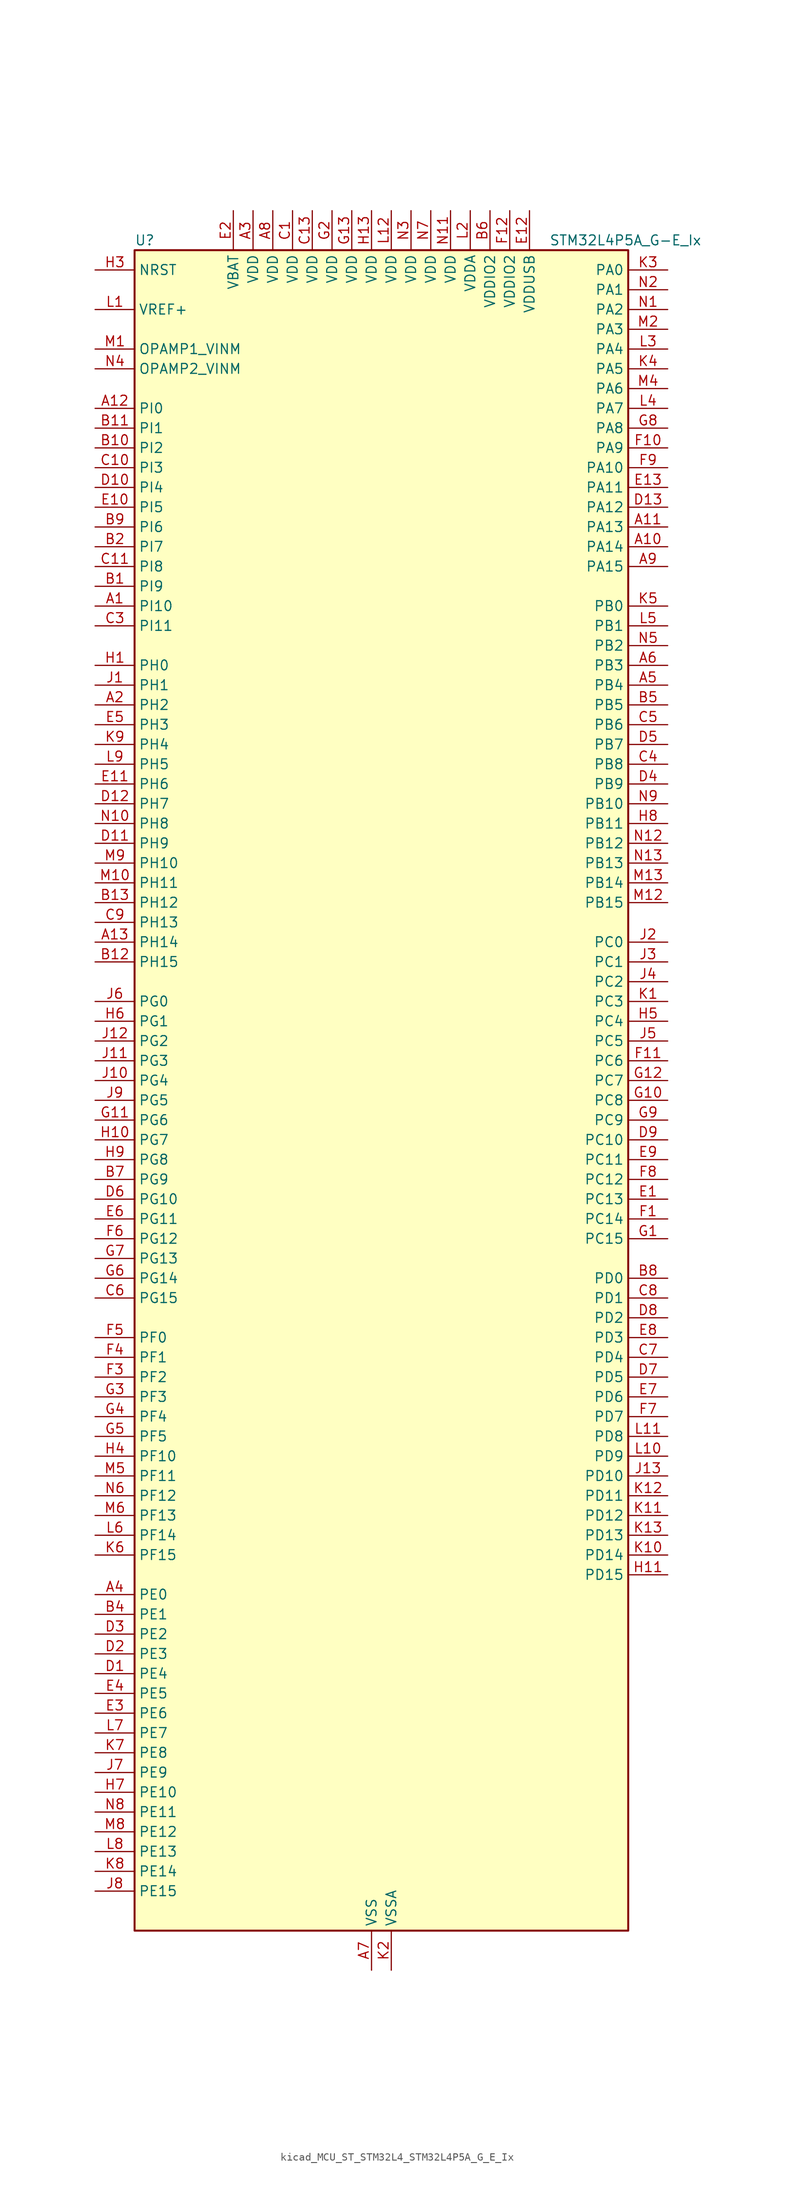
<source format=kicad_sym>
(kicad_symbol_lib
  (version 20220914)
  (generator kicad_symbol_editor)
  (symbol "kicad_MCU_ST_STM32L4_STM32L4P5A_G_E_Ix"
    (property "Reference" "U"
      (at -30.48 110.49 0)
      (effects (font (size 1.27 1.27)) (justify left)))
    (property "Value" "STM32L4P5A_G-E_Ix"
      (at 22.86 110.49 0)
      (effects (font (size 1.27 1.27)) (justify left)))
    (property "ki_locked" ""
      (at 0 0 0)
      (effects (font (size 1.27 1.27))))
    (symbol "kicad_MCU_ST_STM32L4_STM32L4P5A_G_E_Ix_0_1"
      (rectangle (start -30.48 -106.68) (end 33.02 109.22) (stroke (width 0.254) (type default)) (fill (type background))))
    (symbol "kicad_MCU_ST_STM32L4_STM32L4P5A_G_E_Ix_1_1"
      (pin bidirectional line (at -35.56 63.5 0) (length 5.08) (name "PI10" (effects (font (size 1.27 1.27)))) (number "A1" (effects (font (size 1.27 1.27)))) (alternate "OCTOSPIM_P2_IO1" bidirectional line) (alternate "PSSI_D14" bidirectional line))
      (pin bidirectional line (at 38.1 71.12 180) (length 5.08) (name "PA14" (effects (font (size 1.27 1.27)))) (number "A10" (effects (font (size 1.27 1.27)))) (alternate "I2C1_SMBA" bidirectional line) (alternate "I2C4_SMBA" bidirectional line) (alternate "LPTIM1_OUT" bidirectional line) (alternate "SAI1_FS_B" bidirectional line) (alternate "SYS_JTCK-SWCLK" bidirectional line) (alternate "USB_OTG_FS_SOF" bidirectional line))
      (pin bidirectional line (at 38.1 73.66 180) (length 5.08) (name "PA13" (effects (font (size 1.27 1.27)))) (number "A11" (effects (font (size 1.27 1.27)))) (alternate "IR_OUT" bidirectional line) (alternate "SAI1_SD_B" bidirectional line) (alternate "SYS_JTMS-SWDIO" bidirectional line) (alternate "USB_OTG_FS_NOE" bidirectional line))
      (pin bidirectional line (at -35.56 88.9 0) (length 5.08) (name "PI0" (effects (font (size 1.27 1.27)))) (number "A12" (effects (font (size 1.27 1.27)))) (alternate "DCMI_D13" bidirectional line) (alternate "OCTOSPIM_P1_IO5" bidirectional line) (alternate "PSSI_D13" bidirectional line) (alternate "SPI2_NSS" bidirectional line) (alternate "TIM5_CH4" bidirectional line))
      (pin bidirectional line (at -35.56 20.32 0) (length 5.08) (name "PH14" (effects (font (size 1.27 1.27)))) (number "A13" (effects (font (size 1.27 1.27)))) (alternate "DCMI_D4" bidirectional line) (alternate "PSSI_D4" bidirectional line) (alternate "TIM8_CH2N" bidirectional line))
      (pin bidirectional line (at -35.56 50.8 0) (length 5.08) (name "PH2" (effects (font (size 1.27 1.27)))) (number "A2" (effects (font (size 1.27 1.27)))) (alternate "OCTOSPIM_P1_IO4" bidirectional line))
      (pin power_in line (at -15.24 114.3 270) (length 5.08) (name "VDD" (effects (font (size 1.27 1.27)))) (number "A3" (effects (font (size 1.27 1.27)))))
      (pin bidirectional line (at -35.56 -63.5 0) (length 5.08) (name "PE0" (effects (font (size 1.27 1.27)))) (number "A4" (effects (font (size 1.27 1.27)))) (alternate "DCMI_D2" bidirectional line) (alternate "FMC_NBL0" bidirectional line) (alternate "LTDC_HSYNC" bidirectional line) (alternate "PSSI_D2" bidirectional line) (alternate "TIM16_CH1" bidirectional line) (alternate "TIM4_ETR" bidirectional line))
      (pin bidirectional line (at 38.1 53.34 180) (length 5.08) (name "PB4" (effects (font (size 1.27 1.27)))) (number "A5" (effects (font (size 1.27 1.27)))) (alternate "COMP2_INP" bidirectional line) (alternate "DCMI_D12" bidirectional line) (alternate "I2C3_SDA" bidirectional line) (alternate "OCTOSPIM_P1_IO5" bidirectional line) (alternate "PSSI_D12" bidirectional line) (alternate "SAI1_MCLK_B" bidirectional line) (alternate "SDMMC2_D3" bidirectional line) (alternate "SPI1_MISO" bidirectional line) (alternate "SPI3_MISO" bidirectional line) (alternate "SYS_JTRST" bidirectional line) (alternate "TIM17_BKIN" bidirectional line) (alternate "TIM3_CH1" bidirectional line) (alternate "TSC_G2_IO1" bidirectional line) (alternate "UART5_DE" bidirectional line) (alternate "UART5_RTS" bidirectional line) (alternate "USART1_CTS" bidirectional line) (alternate "USART1_NSS" bidirectional line))
      (pin bidirectional line (at 38.1 55.88 180) (length 5.08) (name "PB3" (effects (font (size 1.27 1.27)))) (number "A6" (effects (font (size 1.27 1.27)))) (alternate "COMP2_INM" bidirectional line) (alternate "CRS_SYNC" bidirectional line) (alternate "OCTOSPIM_P1_IO4" bidirectional line) (alternate "SAI1_SCK_B" bidirectional line) (alternate "SDMMC2_D2" bidirectional line) (alternate "SPI1_SCK" bidirectional line) (alternate "SPI3_SCK" bidirectional line) (alternate "SYS_JTDO-SWO" bidirectional line) (alternate "TIM2_CH2" bidirectional line) (alternate "USART1_DE" bidirectional line) (alternate "USART1_RTS" bidirectional line))
      (pin power_in line (at 0 -111.76 90) (length 5.08) (name "VSS" (effects (font (size 1.27 1.27)))) (number "A7" (effects (font (size 1.27 1.27)))))
      (pin power_in line (at -12.7 114.3 270) (length 5.08) (name "VDD" (effects (font (size 1.27 1.27)))) (number "A8" (effects (font (size 1.27 1.27)))))
      (pin bidirectional line (at 38.1 68.58 180) (length 5.08) (name "PA15" (effects (font (size 1.27 1.27)))) (number "A9" (effects (font (size 1.27 1.27)))) (alternate "ADC1_EXTI15" bidirectional line) (alternate "ADC2_EXTI15" bidirectional line) (alternate "LTDC_HSYNC" bidirectional line) (alternate "SAI2_FS_B" bidirectional line) (alternate "SPI1_NSS" bidirectional line) (alternate "SPI3_NSS" bidirectional line) (alternate "SYS_JTDI" bidirectional line) (alternate "TIM2_CH1" bidirectional line) (alternate "TIM2_ETR" bidirectional line) (alternate "TSC_G3_IO1" bidirectional line) (alternate "UART4_DE" bidirectional line) (alternate "UART4_RTS" bidirectional line) (alternate "USART2_RX" bidirectional line) (alternate "USART3_DE" bidirectional line) (alternate "USART3_RTS" bidirectional line))
      (pin bidirectional line (at -35.56 66.04 0) (length 5.08) (name "PI9" (effects (font (size 1.27 1.27)))) (number "B1" (effects (font (size 1.27 1.27)))) (alternate "CAN1_RX" bidirectional line) (alternate "DAC1_EXTI9" bidirectional line) (alternate "OCTOSPIM_P2_IO2" bidirectional line))
      (pin bidirectional line (at -35.56 83.82 0) (length 5.08) (name "PI2" (effects (font (size 1.27 1.27)))) (number "B10" (effects (font (size 1.27 1.27)))) (alternate "DCMI_D9" bidirectional line) (alternate "PSSI_D9" bidirectional line) (alternate "SPI2_MISO" bidirectional line) (alternate "TIM8_CH4" bidirectional line))
      (pin bidirectional line (at -35.56 86.36 0) (length 5.08) (name "PI1" (effects (font (size 1.27 1.27)))) (number "B11" (effects (font (size 1.27 1.27)))) (alternate "DCMI_D8" bidirectional line) (alternate "PSSI_D8" bidirectional line) (alternate "SPI2_SCK" bidirectional line))
      (pin bidirectional line (at -35.56 17.78 0) (length 5.08) (name "PH15" (effects (font (size 1.27 1.27)))) (number "B12" (effects (font (size 1.27 1.27)))) (alternate "ADC1_EXTI15" bidirectional line) (alternate "ADC2_EXTI15" bidirectional line) (alternate "DCMI_D11" bidirectional line) (alternate "OCTOSPIM_P2_IO6" bidirectional line) (alternate "PSSI_D11" bidirectional line) (alternate "TIM8_CH3N" bidirectional line))
      (pin bidirectional line (at -35.56 25.4 0) (length 5.08) (name "PH12" (effects (font (size 1.27 1.27)))) (number "B13" (effects (font (size 1.27 1.27)))) (alternate "DCMI_D3" bidirectional line) (alternate "OCTOSPIM_P2_IO7" bidirectional line) (alternate "PSSI_D3" bidirectional line) (alternate "TIM5_CH3" bidirectional line))
      (pin bidirectional line (at -35.56 71.12 0) (length 5.08) (name "PI7" (effects (font (size 1.27 1.27)))) (number "B2" (effects (font (size 1.27 1.27)))) (alternate "DCMI_D7" bidirectional line) (alternate "OCTOSPIM_P2_NCLK" bidirectional line) (alternate "PSSI_D7" bidirectional line) (alternate "TIM8_CH3" bidirectional line))
      (pin passive line (at 0 -111.76 90) (length 5.08) hide (name "VSS" (effects (font (size 1.27 1.27)))) (number "B3" (effects (font (size 1.27 1.27)))))
      (pin bidirectional line (at -35.56 -66.04 0) (length 5.08) (name "PE1" (effects (font (size 1.27 1.27)))) (number "B4" (effects (font (size 1.27 1.27)))) (alternate "DCMI_D3" bidirectional line) (alternate "FMC_NBL1" bidirectional line) (alternate "LTDC_VSYNC" bidirectional line) (alternate "PSSI_D3" bidirectional line) (alternate "TIM17_CH1" bidirectional line))
      (pin bidirectional line (at 38.1 50.8 180) (length 5.08) (name "PB5" (effects (font (size 1.27 1.27)))) (number "B5" (effects (font (size 1.27 1.27)))) (alternate "COMP2_OUT" bidirectional line) (alternate "DCMI_D10" bidirectional line) (alternate "I2C1_SMBA" bidirectional line) (alternate "LPTIM1_IN1" bidirectional line) (alternate "OCTOSPIM_P1_IO0" bidirectional line) (alternate "PSSI_D10" bidirectional line) (alternate "SAI1_SD_B" bidirectional line) (alternate "SPI1_MOSI" bidirectional line) (alternate "SPI3_MOSI" bidirectional line) (alternate "TIM16_BKIN" bidirectional line) (alternate "TIM3_CH2" bidirectional line) (alternate "TSC_G2_IO2" bidirectional line) (alternate "UART5_CTS" bidirectional line) (alternate "USART1_CK" bidirectional line))
      (pin power_in line (at 15.24 114.3 270) (length 5.08) (name "VDDIO2" (effects (font (size 1.27 1.27)))) (number "B6" (effects (font (size 1.27 1.27)))))
      (pin bidirectional line (at -35.56 -10.16 0) (length 5.08) (name "PG9" (effects (font (size 1.27 1.27)))) (number "B7" (effects (font (size 1.27 1.27)))) (alternate "DAC1_EXTI9" bidirectional line) (alternate "FMC_NCE" bidirectional line) (alternate "FMC_NE2" bidirectional line) (alternate "OCTOSPIM_P2_IO6" bidirectional line) (alternate "SAI2_SCK_A" bidirectional line) (alternate "SDMMC2_D0" bidirectional line) (alternate "SPI3_SCK" bidirectional line) (alternate "TIM15_CH1N" bidirectional line) (alternate "USART1_TX" bidirectional line))
      (pin bidirectional line (at 38.1 -22.86 180) (length 5.08) (name "PD0" (effects (font (size 1.27 1.27)))) (number "B8" (effects (font (size 1.27 1.27)))) (alternate "CAN1_RX" bidirectional line) (alternate "FMC_D2" bidirectional line) (alternate "FMC_DA2" bidirectional line) (alternate "LTDC_B4" bidirectional line) (alternate "SPI2_NSS" bidirectional line))
      (pin bidirectional line (at -35.56 73.66 0) (length 5.08) (name "PI6" (effects (font (size 1.27 1.27)))) (number "B9" (effects (font (size 1.27 1.27)))) (alternate "DCMI_D6" bidirectional line) (alternate "OCTOSPIM_P2_CLK" bidirectional line) (alternate "PSSI_D6" bidirectional line) (alternate "TIM8_CH2" bidirectional line))
      (pin power_in line (at -10.16 114.3 270) (length 5.08) (name "VDD" (effects (font (size 1.27 1.27)))) (number "C1" (effects (font (size 1.27 1.27)))))
      (pin bidirectional line (at -35.56 81.28 0) (length 5.08) (name "PI3" (effects (font (size 1.27 1.27)))) (number "C10" (effects (font (size 1.27 1.27)))) (alternate "DCMI_D10" bidirectional line) (alternate "PSSI_D10" bidirectional line) (alternate "SPI2_MOSI" bidirectional line) (alternate "TIM8_ETR" bidirectional line))
      (pin bidirectional line (at -35.56 68.58 0) (length 5.08) (name "PI8" (effects (font (size 1.27 1.27)))) (number "C11" (effects (font (size 1.27 1.27)))) (alternate "DCMI_D12" bidirectional line) (alternate "OCTOSPIM_P2_NCS" bidirectional line) (alternate "PSSI_D12" bidirectional line))
      (pin passive line (at 0 -111.76 90) (length 5.08) hide (name "VSS" (effects (font (size 1.27 1.27)))) (number "C12" (effects (font (size 1.27 1.27)))))
      (pin power_in line (at -7.62 114.3 270) (length 5.08) (name "VDD" (effects (font (size 1.27 1.27)))) (number "C13" (effects (font (size 1.27 1.27)))))
      (pin passive line (at 0 -111.76 90) (length 5.08) hide (name "VSS" (effects (font (size 1.27 1.27)))) (number "C2" (effects (font (size 1.27 1.27)))))
      (pin bidirectional line (at -35.56 60.96 0) (length 5.08) (name "PI11" (effects (font (size 1.27 1.27)))) (number "C3" (effects (font (size 1.27 1.27)))) (alternate "ADC1_EXTI11" bidirectional line) (alternate "ADC2_EXTI11" bidirectional line) (alternate "OCTOSPIM_P2_IO0" bidirectional line) (alternate "PSSI_D15" bidirectional line))
      (pin bidirectional line (at 38.1 43.18 180) (length 5.08) (name "PB8" (effects (font (size 1.27 1.27)))) (number "C4" (effects (font (size 1.27 1.27)))) (alternate "CAN1_RX" bidirectional line) (alternate "DCMI_D6" bidirectional line) (alternate "DFSDM1_CKOUT" bidirectional line) (alternate "I2C1_SCL" bidirectional line) (alternate "LTDC_DE" bidirectional line) (alternate "PSSI_D6" bidirectional line) (alternate "SAI1_CK1" bidirectional line) (alternate "SAI1_MCLK_A" bidirectional line) (alternate "SDMMC1_CKIN" bidirectional line) (alternate "SDMMC1_D4" bidirectional line) (alternate "SDMMC2_D4" bidirectional line) (alternate "TIM16_CH1" bidirectional line) (alternate "TIM4_CH3" bidirectional line))
      (pin bidirectional line (at 38.1 48.26 180) (length 5.08) (name "PB6" (effects (font (size 1.27 1.27)))) (number "C5" (effects (font (size 1.27 1.27)))) (alternate "COMP2_INP" bidirectional line) (alternate "DCMI_D5" bidirectional line) (alternate "I2C1_SCL" bidirectional line) (alternate "I2C4_SCL" bidirectional line) (alternate "LPTIM1_ETR" bidirectional line) (alternate "LTDC_R6" bidirectional line) (alternate "PSSI_D5" bidirectional line) (alternate "SAI1_FS_B" bidirectional line) (alternate "TIM16_CH1N" bidirectional line) (alternate "TIM4_CH1" bidirectional line) (alternate "TIM8_BKIN2" bidirectional line) (alternate "TSC_G2_IO3" bidirectional line) (alternate "USART1_TX" bidirectional line))
      (pin bidirectional line (at -35.56 -25.4 0) (length 5.08) (name "PG15" (effects (font (size 1.27 1.27)))) (number "C6" (effects (font (size 1.27 1.27)))) (alternate "ADC1_EXTI15" bidirectional line) (alternate "ADC2_EXTI15" bidirectional line) (alternate "DCMI_D13" bidirectional line) (alternate "I2C1_SMBA" bidirectional line) (alternate "LPTIM1_OUT" bidirectional line) (alternate "OCTOSPIM_P2_DQS" bidirectional line) (alternate "PSSI_D13" bidirectional line))
      (pin bidirectional line (at 38.1 -33.02 180) (length 5.08) (name "PD4" (effects (font (size 1.27 1.27)))) (number "C7" (effects (font (size 1.27 1.27)))) (alternate "DFSDM1_CKIN0" bidirectional line) (alternate "FMC_NOE" bidirectional line) (alternate "OCTOSPIM_P1_IO4" bidirectional line) (alternate "SDMMC2_CKIN" bidirectional line) (alternate "SPI2_MOSI" bidirectional line) (alternate "USART2_DE" bidirectional line) (alternate "USART2_RTS" bidirectional line))
      (pin bidirectional line (at 38.1 -25.4 180) (length 5.08) (name "PD1" (effects (font (size 1.27 1.27)))) (number "C8" (effects (font (size 1.27 1.27)))) (alternate "CAN1_TX" bidirectional line) (alternate "FMC_D3" bidirectional line) (alternate "FMC_DA3" bidirectional line) (alternate "LTDC_B5" bidirectional line) (alternate "SPI2_SCK" bidirectional line))
      (pin bidirectional line (at -35.56 22.86 0) (length 5.08) (name "PH13" (effects (font (size 1.27 1.27)))) (number "C9" (effects (font (size 1.27 1.27)))) (alternate "CAN1_TX" bidirectional line) (alternate "TIM8_CH1N" bidirectional line))
      (pin bidirectional line (at -35.56 -73.66 0) (length 5.08) (name "PE4" (effects (font (size 1.27 1.27)))) (number "D1" (effects (font (size 1.27 1.27)))) (alternate "DCMI_D4" bidirectional line) (alternate "DFSDM1_DATIN3" bidirectional line) (alternate "FMC_A20" bidirectional line) (alternate "LTDC_B7" bidirectional line) (alternate "PSSI_D4" bidirectional line) (alternate "SAI1_D2" bidirectional line) (alternate "SAI1_FS_A" bidirectional line) (alternate "SYS_TRACED1" bidirectional line) (alternate "TIM3_CH2" bidirectional line) (alternate "TSC_G7_IO3" bidirectional line))
      (pin bidirectional line (at -35.56 78.74 0) (length 5.08) (name "PI4" (effects (font (size 1.27 1.27)))) (number "D10" (effects (font (size 1.27 1.27)))) (alternate "DCMI_D5" bidirectional line) (alternate "PSSI_D5" bidirectional line) (alternate "TIM8_BKIN" bidirectional line))
      (pin bidirectional line (at -35.56 33.02 0) (length 5.08) (name "PH9" (effects (font (size 1.27 1.27)))) (number "D11" (effects (font (size 1.27 1.27)))) (alternate "DAC1_EXTI9" bidirectional line) (alternate "DCMI_D0" bidirectional line) (alternate "I2C3_SMBA" bidirectional line) (alternate "OCTOSPIM_P2_IO4" bidirectional line) (alternate "PSSI_D0" bidirectional line))
      (pin bidirectional line (at -35.56 38.1 0) (length 5.08) (name "PH7" (effects (font (size 1.27 1.27)))) (number "D12" (effects (font (size 1.27 1.27)))) (alternate "DCMI_D9" bidirectional line) (alternate "I2C3_SCL" bidirectional line) (alternate "OCTOSPIM_P2_NCLK" bidirectional line) (alternate "PSSI_D9" bidirectional line))
      (pin bidirectional line (at 38.1 76.2 180) (length 5.08) (name "PA12" (effects (font (size 1.27 1.27)))) (number "D13" (effects (font (size 1.27 1.27)))) (alternate "CAN1_TX" bidirectional line) (alternate "LTDC_VSYNC" bidirectional line) (alternate "OCTOSPIM_P2_NCS" bidirectional line) (alternate "SPI1_MOSI" bidirectional line) (alternate "TIM1_ETR" bidirectional line) (alternate "USART1_DE" bidirectional line) (alternate "USART1_RTS" bidirectional line) (alternate "USB_OTG_FS_DP" bidirectional line))
      (pin bidirectional line (at -35.56 -71.12 0) (length 5.08) (name "PE3" (effects (font (size 1.27 1.27)))) (number "D2" (effects (font (size 1.27 1.27)))) (alternate "FMC_A19" bidirectional line) (alternate "LTDC_R6" bidirectional line) (alternate "OCTOSPIM_P1_DQS" bidirectional line) (alternate "SAI1_SD_B" bidirectional line) (alternate "SYS_TRACED0" bidirectional line) (alternate "TIM3_CH1" bidirectional line) (alternate "TSC_G7_IO2" bidirectional line))
      (pin bidirectional line (at -35.56 -68.58 0) (length 5.08) (name "PE2" (effects (font (size 1.27 1.27)))) (number "D3" (effects (font (size 1.27 1.27)))) (alternate "FMC_A23" bidirectional line) (alternate "LTDC_R7" bidirectional line) (alternate "SAI1_CK1" bidirectional line) (alternate "SAI1_MCLK_A" bidirectional line) (alternate "SYS_TRACECLK" bidirectional line) (alternate "TIM3_ETR" bidirectional line) (alternate "TSC_G7_IO1" bidirectional line))
      (pin bidirectional line (at 38.1 40.64 180) (length 5.08) (name "PB9" (effects (font (size 1.27 1.27)))) (number "D4" (effects (font (size 1.27 1.27)))) (alternate "CAN1_TX" bidirectional line) (alternate "DAC1_EXTI9" bidirectional line) (alternate "DCMI_D7" bidirectional line) (alternate "I2C1_SDA" bidirectional line) (alternate "IR_OUT" bidirectional line) (alternate "PSSI_D7" bidirectional line) (alternate "SAI1_D2" bidirectional line) (alternate "SAI1_FS_A" bidirectional line) (alternate "SDMMC1_CDIR" bidirectional line) (alternate "SDMMC1_D5" bidirectional line) (alternate "SDMMC2_D5" bidirectional line) (alternate "SPI2_NSS" bidirectional line) (alternate "TIM17_CH1" bidirectional line) (alternate "TIM4_CH4" bidirectional line))
      (pin bidirectional line (at 38.1 45.72 180) (length 5.08) (name "PB7" (effects (font (size 1.27 1.27)))) (number "D5" (effects (font (size 1.27 1.27)))) (alternate "COMP2_INM" bidirectional line) (alternate "DCMI_VSYNC" bidirectional line) (alternate "FMC_NL" bidirectional line) (alternate "I2C1_SDA" bidirectional line) (alternate "I2C4_SDA" bidirectional line) (alternate "LPTIM1_IN2" bidirectional line) (alternate "LTDC_VSYNC" bidirectional line) (alternate "PSSI_RDY" bidirectional line) (alternate "SYS_PVD_IN" bidirectional line) (alternate "TIM17_CH1N" bidirectional line) (alternate "TIM4_CH2" bidirectional line) (alternate "TIM8_BKIN" bidirectional line) (alternate "TSC_G2_IO4" bidirectional line) (alternate "UART4_CTS" bidirectional line) (alternate "USART1_RX" bidirectional line))
      (pin bidirectional line (at -35.56 -12.7 0) (length 5.08) (name "PG10" (effects (font (size 1.27 1.27)))) (number "D6" (effects (font (size 1.27 1.27)))) (alternate "FMC_NE3" bidirectional line) (alternate "LPTIM1_IN1" bidirectional line) (alternate "OCTOSPIM_P2_IO7" bidirectional line) (alternate "SAI2_FS_A" bidirectional line) (alternate "SDMMC2_D1" bidirectional line) (alternate "SPI3_MISO" bidirectional line) (alternate "TIM15_CH1" bidirectional line) (alternate "USART1_RX" bidirectional line))
      (pin bidirectional line (at 38.1 -35.56 180) (length 5.08) (name "PD5" (effects (font (size 1.27 1.27)))) (number "D7" (effects (font (size 1.27 1.27)))) (alternate "FMC_NWE" bidirectional line) (alternate "OCTOSPIM_P1_IO5" bidirectional line) (alternate "USART2_TX" bidirectional line))
      (pin bidirectional line (at 38.1 -27.94 180) (length 5.08) (name "PD2" (effects (font (size 1.27 1.27)))) (number "D8" (effects (font (size 1.27 1.27)))) (alternate "DCMI_D11" bidirectional line) (alternate "PSSI_D11" bidirectional line) (alternate "SDMMC1_CMD" bidirectional line) (alternate "SYS_TRACED2" bidirectional line) (alternate "TIM3_ETR" bidirectional line) (alternate "TSC_SYNC" bidirectional line) (alternate "UART5_RX" bidirectional line) (alternate "USART3_DE" bidirectional line) (alternate "USART3_RTS" bidirectional line))
      (pin bidirectional line (at 38.1 -5.08 180) (length 5.08) (name "PC10" (effects (font (size 1.27 1.27)))) (number "D9" (effects (font (size 1.27 1.27)))) (alternate "DCMI_D8" bidirectional line) (alternate "DCMI_VSYNC" bidirectional line) (alternate "PSSI_D8" bidirectional line) (alternate "PSSI_RDY" bidirectional line) (alternate "SAI2_SCK_B" bidirectional line) (alternate "SDMMC1_D2" bidirectional line) (alternate "SPI3_SCK" bidirectional line) (alternate "SYS_TRACED1" bidirectional line) (alternate "TSC_G3_IO2" bidirectional line) (alternate "UART4_TX" bidirectional line) (alternate "USART3_TX" bidirectional line))
      (pin bidirectional line (at 38.1 -12.7 180) (length 5.08) (name "PC13" (effects (font (size 1.27 1.27)))) (number "E1" (effects (font (size 1.27 1.27)))) (alternate "RTC_OUT1" bidirectional line) (alternate "RTC_TAMP1" bidirectional line) (alternate "RTC_TS" bidirectional line) (alternate "SYS_WKUP2" bidirectional line))
      (pin bidirectional line (at -35.56 76.2 0) (length 5.08) (name "PI5" (effects (font (size 1.27 1.27)))) (number "E10" (effects (font (size 1.27 1.27)))) (alternate "DCMI_VSYNC" bidirectional line) (alternate "OCTOSPIM_P2_NCS" bidirectional line) (alternate "PSSI_RDY" bidirectional line) (alternate "TIM8_CH1" bidirectional line))
      (pin bidirectional line (at -35.56 40.64 0) (length 5.08) (name "PH6" (effects (font (size 1.27 1.27)))) (number "E11" (effects (font (size 1.27 1.27)))) (alternate "DCMI_D8" bidirectional line) (alternate "I2C2_SMBA" bidirectional line) (alternate "OCTOSPIM_P2_CLK" bidirectional line) (alternate "PSSI_D8" bidirectional line))
      (pin power_in line (at 20.32 114.3 270) (length 5.08) (name "VDDUSB" (effects (font (size 1.27 1.27)))) (number "E12" (effects (font (size 1.27 1.27)))))
      (pin bidirectional line (at 38.1 78.74 180) (length 5.08) (name "PA11" (effects (font (size 1.27 1.27)))) (number "E13" (effects (font (size 1.27 1.27)))) (alternate "ADC1_EXTI11" bidirectional line) (alternate "ADC2_EXTI11" bidirectional line) (alternate "CAN1_RX" bidirectional line) (alternate "LTDC_DE" bidirectional line) (alternate "SPI1_MISO" bidirectional line) (alternate "TIM1_BKIN2" bidirectional line) (alternate "TIM1_CH4" bidirectional line) (alternate "USART1_CTS" bidirectional line) (alternate "USART1_NSS" bidirectional line) (alternate "USB_OTG_FS_DM" bidirectional line))
      (pin power_in line (at -17.78 114.3 270) (length 5.08) (name "VBAT" (effects (font (size 1.27 1.27)))) (number "E2" (effects (font (size 1.27 1.27)))))
      (pin bidirectional line (at -35.56 -78.74 0) (length 5.08) (name "PE6" (effects (font (size 1.27 1.27)))) (number "E3" (effects (font (size 1.27 1.27)))) (alternate "DCMI_D7" bidirectional line) (alternate "FMC_A22" bidirectional line) (alternate "LTDC_G6" bidirectional line) (alternate "PSSI_D7" bidirectional line) (alternate "RTC_TAMP3" bidirectional line) (alternate "SAI1_D1" bidirectional line) (alternate "SAI1_SD_A" bidirectional line) (alternate "SYS_TRACED3" bidirectional line) (alternate "SYS_WKUP3" bidirectional line) (alternate "TIM3_CH4" bidirectional line))
      (pin bidirectional line (at -35.56 -76.2 0) (length 5.08) (name "PE5" (effects (font (size 1.27 1.27)))) (number "E4" (effects (font (size 1.27 1.27)))) (alternate "DCMI_D6" bidirectional line) (alternate "DFSDM1_CKIN3" bidirectional line) (alternate "FMC_A21" bidirectional line) (alternate "LTDC_G7" bidirectional line) (alternate "PSSI_D6" bidirectional line) (alternate "SAI1_CK2" bidirectional line) (alternate "SAI1_SCK_A" bidirectional line) (alternate "SYS_TRACED2" bidirectional line) (alternate "TIM3_CH3" bidirectional line) (alternate "TSC_G7_IO4" bidirectional line))
      (pin bidirectional line (at -35.56 48.26 0) (length 5.08) (name "PH3" (effects (font (size 1.27 1.27)))) (number "E5" (effects (font (size 1.27 1.27)))))
      (pin bidirectional line (at -35.56 -15.24 0) (length 5.08) (name "PG11" (effects (font (size 1.27 1.27)))) (number "E6" (effects (font (size 1.27 1.27)))) (alternate "ADC1_EXTI11" bidirectional line) (alternate "ADC2_EXTI11" bidirectional line) (alternate "LPTIM1_IN2" bidirectional line) (alternate "OCTOSPIM_P1_IO5" bidirectional line) (alternate "SAI2_MCLK_A" bidirectional line) (alternate "SDMMC2_D2" bidirectional line) (alternate "SPI3_MOSI" bidirectional line) (alternate "TIM15_CH2" bidirectional line) (alternate "USART1_CTS" bidirectional line) (alternate "USART1_NSS" bidirectional line))
      (pin bidirectional line (at 38.1 -38.1 180) (length 5.08) (name "PD6" (effects (font (size 1.27 1.27)))) (number "E7" (effects (font (size 1.27 1.27)))) (alternate "DCMI_D10" bidirectional line) (alternate "DFSDM1_DATIN1" bidirectional line) (alternate "FMC_NWAIT" bidirectional line) (alternate "LTDC_DE" bidirectional line) (alternate "OCTOSPIM_P1_IO6" bidirectional line) (alternate "PSSI_D10" bidirectional line) (alternate "SAI1_D1" bidirectional line) (alternate "SAI1_SD_A" bidirectional line) (alternate "SDMMC2_CK" bidirectional line) (alternate "SPI3_MOSI" bidirectional line) (alternate "USART2_RX" bidirectional line))
      (pin bidirectional line (at 38.1 -30.48 180) (length 5.08) (name "PD3" (effects (font (size 1.27 1.27)))) (number "E8" (effects (font (size 1.27 1.27)))) (alternate "DCMI_D5" bidirectional line) (alternate "DFSDM1_DATIN0" bidirectional line) (alternate "FMC_CLK" bidirectional line) (alternate "LTDC_CLK" bidirectional line) (alternate "OCTOSPIM_P2_NCS" bidirectional line) (alternate "PSSI_D5" bidirectional line) (alternate "SPI2_MISO" bidirectional line) (alternate "SPI2_SCK" bidirectional line) (alternate "USART2_CTS" bidirectional line) (alternate "USART2_NSS" bidirectional line))
      (pin bidirectional line (at 38.1 -7.62 180) (length 5.08) (name "PC11" (effects (font (size 1.27 1.27)))) (number "E9" (effects (font (size 1.27 1.27)))) (alternate "ADC1_EXTI11" bidirectional line) (alternate "ADC2_EXTI11" bidirectional line) (alternate "DCMI_D2" bidirectional line) (alternate "DCMI_D4" bidirectional line) (alternate "OCTOSPIM_P1_NCS" bidirectional line) (alternate "PSSI_D2" bidirectional line) (alternate "PSSI_D4" bidirectional line) (alternate "SAI2_MCLK_B" bidirectional line) (alternate "SDMMC1_D3" bidirectional line) (alternate "SPI3_MISO" bidirectional line) (alternate "TSC_G3_IO3" bidirectional line) (alternate "UART4_RX" bidirectional line) (alternate "USART3_RX" bidirectional line))
      (pin bidirectional line (at 38.1 -15.24 180) (length 5.08) (name "PC14" (effects (font (size 1.27 1.27)))) (number "F1" (effects (font (size 1.27 1.27)))) (alternate "RCC_OSC32_IN" bidirectional line))
      (pin bidirectional line (at 38.1 83.82 180) (length 5.08) (name "PA9" (effects (font (size 1.27 1.27)))) (number "F10" (effects (font (size 1.27 1.27)))) (alternate "DAC1_EXTI9" bidirectional line) (alternate "DCMI_D0" bidirectional line) (alternate "LTDC_G7" bidirectional line) (alternate "PSSI_D0" bidirectional line) (alternate "SAI1_FS_A" bidirectional line) (alternate "SPI2_SCK" bidirectional line) (alternate "TIM15_BKIN" bidirectional line) (alternate "TIM1_CH2" bidirectional line) (alternate "USART1_TX" bidirectional line) (alternate "USB_OTG_FS_VBUS" bidirectional line))
      (pin bidirectional line (at 38.1 5.08 180) (length 5.08) (name "PC6" (effects (font (size 1.27 1.27)))) (number "F11" (effects (font (size 1.27 1.27)))) (alternate "DCMI_D0" bidirectional line) (alternate "DFSDM1_CKIN3" bidirectional line) (alternate "LTDC_G7" bidirectional line) (alternate "PSSI_D0" bidirectional line) (alternate "SAI2_MCLK_A" bidirectional line) (alternate "SDMMC1_D0DIR" bidirectional line) (alternate "SDMMC1_D6" bidirectional line) (alternate "SDMMC2_D6" bidirectional line) (alternate "TIM3_CH1" bidirectional line) (alternate "TIM8_CH1" bidirectional line) (alternate "TSC_G4_IO1" bidirectional line))
      (pin power_in line (at 17.78 114.3 270) (length 5.08) (name "VDDIO2" (effects (font (size 1.27 1.27)))) (number "F12" (effects (font (size 1.27 1.27)))))
      (pin passive line (at 0 -111.76 90) (length 5.08) hide (name "VSS" (effects (font (size 1.27 1.27)))) (number "F13" (effects (font (size 1.27 1.27)))))
      (pin passive line (at 0 -111.76 90) (length 5.08) hide (name "VSS" (effects (font (size 1.27 1.27)))) (number "F2" (effects (font (size 1.27 1.27)))))
      (pin bidirectional line (at -35.56 -35.56 0) (length 5.08) (name "PF2" (effects (font (size 1.27 1.27)))) (number "F3" (effects (font (size 1.27 1.27)))) (alternate "FMC_A2" bidirectional line) (alternate "I2C2_SMBA" bidirectional line) (alternate "OCTOSPIM_P2_IO2" bidirectional line))
      (pin bidirectional line (at -35.56 -33.02 0) (length 5.08) (name "PF1" (effects (font (size 1.27 1.27)))) (number "F4" (effects (font (size 1.27 1.27)))) (alternate "FMC_A1" bidirectional line) (alternate "I2C2_SCL" bidirectional line) (alternate "OCTOSPIM_P2_IO1" bidirectional line))
      (pin bidirectional line (at -35.56 -30.48 0) (length 5.08) (name "PF0" (effects (font (size 1.27 1.27)))) (number "F5" (effects (font (size 1.27 1.27)))) (alternate "FMC_A0" bidirectional line) (alternate "I2C2_SDA" bidirectional line) (alternate "OCTOSPIM_P2_IO0" bidirectional line))
      (pin bidirectional line (at -35.56 -17.78 0) (length 5.08) (name "PG12" (effects (font (size 1.27 1.27)))) (number "F6" (effects (font (size 1.27 1.27)))) (alternate "FMC_NE4" bidirectional line) (alternate "LPTIM1_ETR" bidirectional line) (alternate "OCTOSPIM_P2_NCS" bidirectional line) (alternate "SAI2_SD_A" bidirectional line) (alternate "SDMMC2_D3" bidirectional line) (alternate "SPI3_NSS" bidirectional line) (alternate "USART1_DE" bidirectional line) (alternate "USART1_RTS" bidirectional line))
      (pin bidirectional line (at 38.1 -40.64 180) (length 5.08) (name "PD7" (effects (font (size 1.27 1.27)))) (number "F7" (effects (font (size 1.27 1.27)))) (alternate "DFSDM1_CKIN1" bidirectional line) (alternate "FMC_NCE" bidirectional line) (alternate "FMC_NE1" bidirectional line) (alternate "OCTOSPIM_P1_IO7" bidirectional line) (alternate "SDMMC2_CMD" bidirectional line) (alternate "USART2_CK" bidirectional line))
      (pin bidirectional line (at 38.1 -10.16 180) (length 5.08) (name "PC12" (effects (font (size 1.27 1.27)))) (number "F8" (effects (font (size 1.27 1.27)))) (alternate "DCMI_D9" bidirectional line) (alternate "LTDC_R6" bidirectional line) (alternate "PSSI_D9" bidirectional line) (alternate "SAI2_SD_B" bidirectional line) (alternate "SDMMC1_CK" bidirectional line) (alternate "SPI3_MOSI" bidirectional line) (alternate "SYS_TRACED3" bidirectional line) (alternate "TSC_G3_IO4" bidirectional line) (alternate "UART5_TX" bidirectional line) (alternate "USART3_CK" bidirectional line))
      (pin bidirectional line (at 38.1 81.28 180) (length 5.08) (name "PA10" (effects (font (size 1.27 1.27)))) (number "F9" (effects (font (size 1.27 1.27)))) (alternate "DCMI_D1" bidirectional line) (alternate "LTDC_G6" bidirectional line) (alternate "PSSI_D1" bidirectional line) (alternate "SAI1_D1" bidirectional line) (alternate "SAI1_SD_A" bidirectional line) (alternate "TIM17_BKIN" bidirectional line) (alternate "TIM1_CH3" bidirectional line) (alternate "USART1_RX" bidirectional line) (alternate "USB_OTG_FS_ID" bidirectional line))
      (pin bidirectional line (at 38.1 -17.78 180) (length 5.08) (name "PC15" (effects (font (size 1.27 1.27)))) (number "G1" (effects (font (size 1.27 1.27)))) (alternate "ADC1_EXTI15" bidirectional line) (alternate "ADC2_EXTI15" bidirectional line) (alternate "RCC_OSC32_OUT" bidirectional line))
      (pin bidirectional line (at 38.1 0 180) (length 5.08) (name "PC8" (effects (font (size 1.27 1.27)))) (number "G10" (effects (font (size 1.27 1.27)))) (alternate "DCMI_D2" bidirectional line) (alternate "PSSI_D2" bidirectional line) (alternate "SDMMC1_D0" bidirectional line) (alternate "TIM3_CH3" bidirectional line) (alternate "TIM8_CH3" bidirectional line) (alternate "TSC_G4_IO3" bidirectional line))
      (pin bidirectional line (at -35.56 -2.54 0) (length 5.08) (name "PG6" (effects (font (size 1.27 1.27)))) (number "G11" (effects (font (size 1.27 1.27)))) (alternate "I2C3_SMBA" bidirectional line) (alternate "LPUART1_DE" bidirectional line) (alternate "LPUART1_RTS" bidirectional line) (alternate "LTDC_R1" bidirectional line) (alternate "OCTOSPIM_P1_DQS" bidirectional line))
      (pin bidirectional line (at 38.1 2.54 180) (length 5.08) (name "PC7" (effects (font (size 1.27 1.27)))) (number "G12" (effects (font (size 1.27 1.27)))) (alternate "DCMI_D1" bidirectional line) (alternate "DFSDM1_DATIN3" bidirectional line) (alternate "LTDC_B6" bidirectional line) (alternate "PSSI_D1" bidirectional line) (alternate "SAI2_MCLK_B" bidirectional line) (alternate "SDMMC1_D123DIR" bidirectional line) (alternate "SDMMC1_D7" bidirectional line) (alternate "SDMMC2_D7" bidirectional line) (alternate "TIM3_CH2" bidirectional line) (alternate "TIM8_CH2" bidirectional line) (alternate "TSC_G4_IO2" bidirectional line))
      (pin power_in line (at -2.54 114.3 270) (length 5.08) (name "VDD" (effects (font (size 1.27 1.27)))) (number "G13" (effects (font (size 1.27 1.27)))))
      (pin power_in line (at -5.08 114.3 270) (length 5.08) (name "VDD" (effects (font (size 1.27 1.27)))) (number "G2" (effects (font (size 1.27 1.27)))))
      (pin bidirectional line (at -35.56 -38.1 0) (length 5.08) (name "PF3" (effects (font (size 1.27 1.27)))) (number "G3" (effects (font (size 1.27 1.27)))) (alternate "FMC_A3" bidirectional line) (alternate "OCTOSPIM_P2_IO3" bidirectional line))
      (pin bidirectional line (at -35.56 -40.64 0) (length 5.08) (name "PF4" (effects (font (size 1.27 1.27)))) (number "G4" (effects (font (size 1.27 1.27)))) (alternate "FMC_A4" bidirectional line) (alternate "OCTOSPIM_P2_CLK" bidirectional line))
      (pin bidirectional line (at -35.56 -43.18 0) (length 5.08) (name "PF5" (effects (font (size 1.27 1.27)))) (number "G5" (effects (font (size 1.27 1.27)))) (alternate "FMC_A5" bidirectional line) (alternate "OCTOSPIM_P2_NCLK" bidirectional line))
      (pin bidirectional line (at -35.56 -22.86 0) (length 5.08) (name "PG14" (effects (font (size 1.27 1.27)))) (number "G6" (effects (font (size 1.27 1.27)))) (alternate "FMC_A25" bidirectional line) (alternate "I2C1_SCL" bidirectional line) (alternate "LTDC_R1" bidirectional line))
      (pin bidirectional line (at -35.56 -20.32 0) (length 5.08) (name "PG13" (effects (font (size 1.27 1.27)))) (number "G7" (effects (font (size 1.27 1.27)))) (alternate "FMC_A24" bidirectional line) (alternate "I2C1_SDA" bidirectional line) (alternate "LTDC_R0" bidirectional line) (alternate "USART1_CK" bidirectional line))
      (pin bidirectional line (at 38.1 86.36 180) (length 5.08) (name "PA8" (effects (font (size 1.27 1.27)))) (number "G8" (effects (font (size 1.27 1.27)))) (alternate "LPTIM2_OUT" bidirectional line) (alternate "LTDC_B7" bidirectional line) (alternate "RCC_MCO" bidirectional line) (alternate "SAI1_CK2" bidirectional line) (alternate "SAI1_SCK_A" bidirectional line) (alternate "TIM1_CH1" bidirectional line) (alternate "USART1_CK" bidirectional line) (alternate "USB_OTG_FS_SOF" bidirectional line))
      (pin bidirectional line (at 38.1 -2.54 180) (length 5.08) (name "PC9" (effects (font (size 1.27 1.27)))) (number "G9" (effects (font (size 1.27 1.27)))) (alternate "DAC1_EXTI9" bidirectional line) (alternate "DCMI_D3" bidirectional line) (alternate "I2C3_SDA" bidirectional line) (alternate "PSSI_D3" bidirectional line) (alternate "SAI2_EXTCLK" bidirectional line) (alternate "SDMMC1_D1" bidirectional line) (alternate "SYS_TRACED0" bidirectional line) (alternate "TIM3_CH4" bidirectional line) (alternate "TIM8_BKIN2" bidirectional line) (alternate "TIM8_CH4" bidirectional line) (alternate "TSC_G4_IO4" bidirectional line) (alternate "USB_OTG_FS_NOE" bidirectional line))
      (pin bidirectional line (at -35.56 55.88 0) (length 5.08) (name "PH0" (effects (font (size 1.27 1.27)))) (number "H1" (effects (font (size 1.27 1.27)))) (alternate "RCC_OSC_IN" bidirectional line))
      (pin bidirectional line (at -35.56 -5.08 0) (length 5.08) (name "PG7" (effects (font (size 1.27 1.27)))) (number "H10" (effects (font (size 1.27 1.27)))) (alternate "DFSDM1_CKOUT" bidirectional line) (alternate "FMC_INT" bidirectional line) (alternate "I2C3_SCL" bidirectional line) (alternate "LPUART1_TX" bidirectional line) (alternate "OCTOSPIM_P2_DQS" bidirectional line) (alternate "SAI1_CK1" bidirectional line) (alternate "SAI1_MCLK_A" bidirectional line))
      (pin bidirectional line (at 38.1 -60.96 180) (length 5.08) (name "PD15" (effects (font (size 1.27 1.27)))) (number "H11" (effects (font (size 1.27 1.27)))) (alternate "ADC1_EXTI15" bidirectional line) (alternate "ADC2_EXTI15" bidirectional line) (alternate "FMC_D1" bidirectional line) (alternate "FMC_DA1" bidirectional line) (alternate "LTDC_B3" bidirectional line) (alternate "TIM4_CH4" bidirectional line))
      (pin passive line (at 0 -111.76 90) (length 5.08) hide (name "VSS" (effects (font (size 1.27 1.27)))) (number "H12" (effects (font (size 1.27 1.27)))))
      (pin power_in line (at 0 114.3 270) (length 5.08) (name "VDD" (effects (font (size 1.27 1.27)))) (number "H13" (effects (font (size 1.27 1.27)))))
      (pin passive line (at 0 -111.76 90) (length 5.08) hide (name "VSS" (effects (font (size 1.27 1.27)))) (number "H2" (effects (font (size 1.27 1.27)))))
      (pin input line (at -35.56 106.68 0) (length 5.08) (name "NRST" (effects (font (size 1.27 1.27)))) (number "H3" (effects (font (size 1.27 1.27)))))
      (pin bidirectional line (at -35.56 -45.72 0) (length 5.08) (name "PF10" (effects (font (size 1.27 1.27)))) (number "H4" (effects (font (size 1.27 1.27)))) (alternate "DCMI_D11" bidirectional line) (alternate "DFSDM1_CKOUT" bidirectional line) (alternate "OCTOSPIM_P1_CLK" bidirectional line) (alternate "PSSI_D11" bidirectional line) (alternate "PSSI_D15" bidirectional line) (alternate "SAI1_D3" bidirectional line) (alternate "TIM15_CH2" bidirectional line))
      (pin bidirectional line (at 38.1 10.16 180) (length 5.08) (name "PC4" (effects (font (size 1.27 1.27)))) (number "H5" (effects (font (size 1.27 1.27)))) (alternate "ADC1_IN13" bidirectional line) (alternate "ADC2_IN13" bidirectional line) (alternate "COMP1_INM" bidirectional line) (alternate "OCTOSPIM_P1_IO7" bidirectional line) (alternate "OCTOSPIM_P2_NCS" bidirectional line) (alternate "USART3_TX" bidirectional line))
      (pin bidirectional line (at -35.56 10.16 0) (length 5.08) (name "PG1" (effects (font (size 1.27 1.27)))) (number "H6" (effects (font (size 1.27 1.27)))) (alternate "FMC_A11" bidirectional line) (alternate "OCTOSPIM_P2_IO5" bidirectional line) (alternate "TSC_G8_IO4" bidirectional line))
      (pin bidirectional line (at -35.56 -88.9 0) (length 5.08) (name "PE10" (effects (font (size 1.27 1.27)))) (number "H7" (effects (font (size 1.27 1.27)))) (alternate "FMC_D7" bidirectional line) (alternate "FMC_DA7" bidirectional line) (alternate "LTDC_G3" bidirectional line) (alternate "OCTOSPIM_P1_CLK" bidirectional line) (alternate "SAI1_MCLK_B" bidirectional line) (alternate "TIM1_CH2N" bidirectional line) (alternate "TSC_G5_IO1" bidirectional line))
      (pin bidirectional line (at 38.1 35.56 180) (length 5.08) (name "PB11" (effects (font (size 1.27 1.27)))) (number "H8" (effects (font (size 1.27 1.27)))) (alternate "ADC1_EXTI11" bidirectional line) (alternate "ADC2_EXTI11" bidirectional line) (alternate "COMP2_OUT" bidirectional line) (alternate "I2C2_SDA" bidirectional line) (alternate "I2C4_SDA" bidirectional line) (alternate "LPUART1_TX" bidirectional line) (alternate "LTDC_VSYNC" bidirectional line) (alternate "OCTOSPIM_P1_NCS" bidirectional line) (alternate "TIM2_CH4" bidirectional line) (alternate "USART3_RX" bidirectional line))
      (pin bidirectional line (at -35.56 -7.62 0) (length 5.08) (name "PG8" (effects (font (size 1.27 1.27)))) (number "H9" (effects (font (size 1.27 1.27)))) (alternate "I2C3_SDA" bidirectional line) (alternate "LPUART1_RX" bidirectional line))
      (pin bidirectional line (at -35.56 53.34 0) (length 5.08) (name "PH1" (effects (font (size 1.27 1.27)))) (number "J1" (effects (font (size 1.27 1.27)))) (alternate "RCC_OSC_OUT" bidirectional line))
      (pin bidirectional line (at -35.56 2.54 0) (length 5.08) (name "PG4" (effects (font (size 1.27 1.27)))) (number "J10" (effects (font (size 1.27 1.27)))) (alternate "FMC_A14" bidirectional line) (alternate "SAI2_MCLK_B" bidirectional line) (alternate "SDMMC2_D6" bidirectional line) (alternate "SPI1_MOSI" bidirectional line))
      (pin bidirectional line (at -35.56 5.08 0) (length 5.08) (name "PG3" (effects (font (size 1.27 1.27)))) (number "J11" (effects (font (size 1.27 1.27)))) (alternate "FMC_A13" bidirectional line) (alternate "SAI2_FS_B" bidirectional line) (alternate "SDMMC2_D5" bidirectional line) (alternate "SPI1_MISO" bidirectional line))
      (pin bidirectional line (at -35.56 7.62 0) (length 5.08) (name "PG2" (effects (font (size 1.27 1.27)))) (number "J12" (effects (font (size 1.27 1.27)))) (alternate "FMC_A12" bidirectional line) (alternate "SAI2_SCK_B" bidirectional line) (alternate "SDMMC2_D4" bidirectional line) (alternate "SPI1_SCK" bidirectional line))
      (pin bidirectional line (at 38.1 -48.26 180) (length 5.08) (name "PD10" (effects (font (size 1.27 1.27)))) (number "J13" (effects (font (size 1.27 1.27)))) (alternate "FMC_D15" bidirectional line) (alternate "FMC_DA15" bidirectional line) (alternate "LTDC_R5" bidirectional line) (alternate "SAI2_SCK_A" bidirectional line) (alternate "TSC_G6_IO1" bidirectional line) (alternate "USART3_CK" bidirectional line))
      (pin bidirectional line (at 38.1 20.32 180) (length 5.08) (name "PC0" (effects (font (size 1.27 1.27)))) (number "J2" (effects (font (size 1.27 1.27)))) (alternate "ADC1_IN1" bidirectional line) (alternate "ADC2_IN1" bidirectional line) (alternate "I2C3_SCL" bidirectional line) (alternate "LPTIM1_IN1" bidirectional line) (alternate "LPTIM2_IN1" bidirectional line) (alternate "LPUART1_RX" bidirectional line) (alternate "LTDC_DE" bidirectional line) (alternate "SAI2_FS_A" bidirectional line) (alternate "SDMMC1_CMD" bidirectional line) (alternate "SDMMC2_CKIN" bidirectional line))
      (pin bidirectional line (at 38.1 17.78 180) (length 5.08) (name "PC1" (effects (font (size 1.27 1.27)))) (number "J3" (effects (font (size 1.27 1.27)))) (alternate "ADC1_IN2" bidirectional line) (alternate "ADC2_IN2" bidirectional line) (alternate "I2C3_SDA" bidirectional line) (alternate "LPTIM1_OUT" bidirectional line) (alternate "LPUART1_TX" bidirectional line) (alternate "OCTOSPIM_P1_IO4" bidirectional line) (alternate "SAI1_SD_A" bidirectional line) (alternate "SPI2_MOSI" bidirectional line) (alternate "SYS_TRACED0" bidirectional line))
      (pin bidirectional line (at 38.1 15.24 180) (length 5.08) (name "PC2" (effects (font (size 1.27 1.27)))) (number "J4" (effects (font (size 1.27 1.27)))) (alternate "ADC1_IN3" bidirectional line) (alternate "ADC2_IN3" bidirectional line) (alternate "DFSDM1_CKOUT" bidirectional line) (alternate "LPTIM1_IN2" bidirectional line) (alternate "LTDC_HSYNC" bidirectional line) (alternate "OCTOSPIM_P1_IO5" bidirectional line) (alternate "SPI2_MISO" bidirectional line))
      (pin bidirectional line (at 38.1 7.62 180) (length 5.08) (name "PC5" (effects (font (size 1.27 1.27)))) (number "J5" (effects (font (size 1.27 1.27)))) (alternate "ADC1_IN14" bidirectional line) (alternate "ADC2_IN14" bidirectional line) (alternate "COMP1_INP" bidirectional line) (alternate "LTDC_CLK" bidirectional line) (alternate "PSSI_D15" bidirectional line) (alternate "SAI1_D3" bidirectional line) (alternate "SYS_WKUP5" bidirectional line) (alternate "USART3_RX" bidirectional line))
      (pin bidirectional line (at -35.56 12.7 0) (length 5.08) (name "PG0" (effects (font (size 1.27 1.27)))) (number "J6" (effects (font (size 1.27 1.27)))) (alternate "FMC_A10" bidirectional line) (alternate "OCTOSPIM_P2_IO4" bidirectional line) (alternate "TSC_G8_IO3" bidirectional line))
      (pin bidirectional line (at -35.56 -86.36 0) (length 5.08) (name "PE9" (effects (font (size 1.27 1.27)))) (number "J7" (effects (font (size 1.27 1.27)))) (alternate "DAC1_EXTI9" bidirectional line) (alternate "DFSDM1_CKOUT" bidirectional line) (alternate "FMC_D6" bidirectional line) (alternate "FMC_DA6" bidirectional line) (alternate "LTDC_G2" bidirectional line) (alternate "OCTOSPIM_P1_NCLK" bidirectional line) (alternate "SAI1_FS_B" bidirectional line) (alternate "TIM1_CH1" bidirectional line))
      (pin bidirectional line (at -35.56 -101.6 0) (length 5.08) (name "PE15" (effects (font (size 1.27 1.27)))) (number "J8" (effects (font (size 1.27 1.27)))) (alternate "ADC1_EXTI15" bidirectional line) (alternate "ADC2_EXTI15" bidirectional line) (alternate "FMC_D12" bidirectional line) (alternate "FMC_DA12" bidirectional line) (alternate "LTDC_R2" bidirectional line) (alternate "OCTOSPIM_P1_IO3" bidirectional line) (alternate "SPI1_MOSI" bidirectional line) (alternate "TIM1_BKIN" bidirectional line))
      (pin bidirectional line (at -35.56 0 0) (length 5.08) (name "PG5" (effects (font (size 1.27 1.27)))) (number "J9" (effects (font (size 1.27 1.27)))) (alternate "FMC_A15" bidirectional line) (alternate "LPUART1_CTS" bidirectional line) (alternate "SAI2_SD_B" bidirectional line) (alternate "SDMMC2_D7" bidirectional line) (alternate "SPI1_NSS" bidirectional line))
      (pin bidirectional line (at 38.1 12.7 180) (length 5.08) (name "PC3" (effects (font (size 1.27 1.27)))) (number "K1" (effects (font (size 1.27 1.27)))) (alternate "ADC1_IN4" bidirectional line) (alternate "ADC2_IN4" bidirectional line) (alternate "LPTIM1_ETR" bidirectional line) (alternate "LPTIM2_ETR" bidirectional line) (alternate "OCTOSPIM_P1_IO6" bidirectional line) (alternate "SAI1_D1" bidirectional line) (alternate "SAI1_SD_A" bidirectional line) (alternate "SPI2_MOSI" bidirectional line))
      (pin bidirectional line (at 38.1 -58.42 180) (length 5.08) (name "PD14" (effects (font (size 1.27 1.27)))) (number "K10" (effects (font (size 1.27 1.27)))) (alternate "FMC_D0" bidirectional line) (alternate "FMC_DA0" bidirectional line) (alternate "LTDC_B2" bidirectional line) (alternate "TIM4_CH3" bidirectional line))
      (pin bidirectional line (at 38.1 -53.34 180) (length 5.08) (name "PD12" (effects (font (size 1.27 1.27)))) (number "K11" (effects (font (size 1.27 1.27)))) (alternate "FMC_A17" bidirectional line) (alternate "FMC_ALE" bidirectional line) (alternate "I2C4_SCL" bidirectional line) (alternate "LPTIM2_IN1" bidirectional line) (alternate "LTDC_R7" bidirectional line) (alternate "SAI2_FS_A" bidirectional line) (alternate "TIM4_CH1" bidirectional line) (alternate "TSC_G6_IO3" bidirectional line) (alternate "USART3_DE" bidirectional line) (alternate "USART3_RTS" bidirectional line))
      (pin bidirectional line (at 38.1 -50.8 180) (length 5.08) (name "PD11" (effects (font (size 1.27 1.27)))) (number "K12" (effects (font (size 1.27 1.27)))) (alternate "ADC1_EXTI11" bidirectional line) (alternate "ADC2_EXTI11" bidirectional line) (alternate "FMC_A16" bidirectional line) (alternate "FMC_CLE" bidirectional line) (alternate "I2C4_SMBA" bidirectional line) (alternate "LPTIM2_ETR" bidirectional line) (alternate "LTDC_R6" bidirectional line) (alternate "SAI2_SD_A" bidirectional line) (alternate "TSC_G6_IO2" bidirectional line) (alternate "USART3_CTS" bidirectional line) (alternate "USART3_NSS" bidirectional line))
      (pin bidirectional line (at 38.1 -55.88 180) (length 5.08) (name "PD13" (effects (font (size 1.27 1.27)))) (number "K13" (effects (font (size 1.27 1.27)))) (alternate "FMC_A18" bidirectional line) (alternate "I2C4_SDA" bidirectional line) (alternate "LPTIM2_OUT" bidirectional line) (alternate "TIM4_CH2" bidirectional line) (alternate "TSC_G6_IO4" bidirectional line))
      (pin power_in line (at 2.54 -111.76 90) (length 5.08) (name "VSSA" (effects (font (size 1.27 1.27)))) (number "K2" (effects (font (size 1.27 1.27)))))
      (pin bidirectional line (at 38.1 106.68 180) (length 5.08) (name "PA0" (effects (font (size 1.27 1.27)))) (number "K3" (effects (font (size 1.27 1.27)))) (alternate "ADC1_IN5" bidirectional line) (alternate "ADC2_IN5" bidirectional line) (alternate "OPAMP1_VINP" bidirectional line) (alternate "RTC_TAMP2" bidirectional line) (alternate "SAI1_EXTCLK" bidirectional line) (alternate "SYS_WKUP1" bidirectional line) (alternate "TIM2_CH1" bidirectional line) (alternate "TIM2_ETR" bidirectional line) (alternate "TIM5_CH1" bidirectional line) (alternate "TIM8_ETR" bidirectional line) (alternate "UART4_TX" bidirectional line) (alternate "USART2_CTS" bidirectional line) (alternate "USART2_NSS" bidirectional line))
      (pin bidirectional line (at 38.1 93.98 180) (length 5.08) (name "PA5" (effects (font (size 1.27 1.27)))) (number "K4" (effects (font (size 1.27 1.27)))) (alternate "ADC1_IN10" bidirectional line) (alternate "ADC2_IN10" bidirectional line) (alternate "DAC1_OUT2" bidirectional line) (alternate "LPTIM2_ETR" bidirectional line) (alternate "LTDC_R7" bidirectional line) (alternate "PSSI_D14" bidirectional line) (alternate "SPI1_SCK" bidirectional line) (alternate "TIM2_CH1" bidirectional line) (alternate "TIM2_ETR" bidirectional line) (alternate "TIM8_CH1N" bidirectional line))
      (pin bidirectional line (at 38.1 63.5 180) (length 5.08) (name "PB0" (effects (font (size 1.27 1.27)))) (number "K5" (effects (font (size 1.27 1.27)))) (alternate "ADC1_IN15" bidirectional line) (alternate "ADC2_IN15" bidirectional line) (alternate "COMP1_OUT" bidirectional line) (alternate "LTDC_B6" bidirectional line) (alternate "OCTOSPIM_P1_IO1" bidirectional line) (alternate "OPAMP2_VOUT" bidirectional line) (alternate "SAI1_EXTCLK" bidirectional line) (alternate "SPI1_NSS" bidirectional line) (alternate "TIM1_CH2N" bidirectional line) (alternate "TIM3_CH3" bidirectional line) (alternate "TIM8_CH2N" bidirectional line) (alternate "USART3_CK" bidirectional line))
      (pin bidirectional line (at -35.56 -58.42 0) (length 5.08) (name "PF15" (effects (font (size 1.27 1.27)))) (number "K6" (effects (font (size 1.27 1.27)))) (alternate "ADC1_EXTI15" bidirectional line) (alternate "ADC2_EXTI15" bidirectional line) (alternate "FMC_A9" bidirectional line) (alternate "I2C4_SDA" bidirectional line) (alternate "LTDC_G1" bidirectional line) (alternate "TSC_G8_IO2" bidirectional line))
      (pin bidirectional line (at -35.56 -83.82 0) (length 5.08) (name "PE8" (effects (font (size 1.27 1.27)))) (number "K7" (effects (font (size 1.27 1.27)))) (alternate "DFSDM1_CKIN2" bidirectional line) (alternate "FMC_D5" bidirectional line) (alternate "FMC_DA5" bidirectional line) (alternate "LTDC_B7" bidirectional line) (alternate "SAI1_SCK_B" bidirectional line) (alternate "TIM1_CH1N" bidirectional line))
      (pin bidirectional line (at -35.56 -99.06 0) (length 5.08) (name "PE14" (effects (font (size 1.27 1.27)))) (number "K8" (effects (font (size 1.27 1.27)))) (alternate "FMC_D11" bidirectional line) (alternate "FMC_DA11" bidirectional line) (alternate "LTDC_G7" bidirectional line) (alternate "OCTOSPIM_P1_IO2" bidirectional line) (alternate "SPI1_MISO" bidirectional line) (alternate "TIM1_BKIN2" bidirectional line) (alternate "TIM1_CH4" bidirectional line))
      (pin bidirectional line (at -35.56 45.72 0) (length 5.08) (name "PH4" (effects (font (size 1.27 1.27)))) (number "K9" (effects (font (size 1.27 1.27)))) (alternate "I2C2_SCL" bidirectional line) (alternate "OCTOSPIM_P2_DQS" bidirectional line) (alternate "PSSI_D14" bidirectional line))
      (pin input line (at -35.56 101.6 0) (length 5.08) (name "VREF+" (effects (font (size 1.27 1.27)))) (number "L1" (effects (font (size 1.27 1.27)))) (alternate "VREFBUF_OUT" bidirectional line))
      (pin bidirectional line (at 38.1 -45.72 180) (length 5.08) (name "PD9" (effects (font (size 1.27 1.27)))) (number "L10" (effects (font (size 1.27 1.27)))) (alternate "DAC1_EXTI9" bidirectional line) (alternate "DCMI_PIXCLK" bidirectional line) (alternate "FMC_D14" bidirectional line) (alternate "FMC_DA14" bidirectional line) (alternate "LTDC_R4" bidirectional line) (alternate "PSSI_PDCK" bidirectional line) (alternate "SAI2_MCLK_A" bidirectional line) (alternate "USART3_RX" bidirectional line))
      (pin bidirectional line (at 38.1 -43.18 180) (length 5.08) (name "PD8" (effects (font (size 1.27 1.27)))) (number "L11" (effects (font (size 1.27 1.27)))) (alternate "DCMI_HSYNC" bidirectional line) (alternate "FMC_D13" bidirectional line) (alternate "FMC_DA13" bidirectional line) (alternate "LTDC_R3" bidirectional line) (alternate "PSSI_DE" bidirectional line) (alternate "USART3_TX" bidirectional line))
      (pin power_in line (at 2.54 114.3 270) (length 5.08) (name "VDD" (effects (font (size 1.27 1.27)))) (number "L12" (effects (font (size 1.27 1.27)))))
      (pin passive line (at 0 -111.76 90) (length 5.08) hide (name "VSS" (effects (font (size 1.27 1.27)))) (number "L13" (effects (font (size 1.27 1.27)))))
      (pin power_in line (at 12.7 114.3 270) (length 5.08) (name "VDDA" (effects (font (size 1.27 1.27)))) (number "L2" (effects (font (size 1.27 1.27)))))
      (pin bidirectional line (at 38.1 96.52 180) (length 5.08) (name "PA4" (effects (font (size 1.27 1.27)))) (number "L3" (effects (font (size 1.27 1.27)))) (alternate "ADC1_IN9" bidirectional line) (alternate "ADC2_IN9" bidirectional line) (alternate "DAC1_OUT1" bidirectional line) (alternate "DCMI_HSYNC" bidirectional line) (alternate "LPTIM2_OUT" bidirectional line) (alternate "LTDC_CLK" bidirectional line) (alternate "OCTOSPIM_P1_NCS" bidirectional line) (alternate "PSSI_DE" bidirectional line) (alternate "SAI1_FS_B" bidirectional line) (alternate "SPI1_NSS" bidirectional line) (alternate "SPI3_NSS" bidirectional line) (alternate "USART2_CK" bidirectional line))
      (pin bidirectional line (at 38.1 88.9 180) (length 5.08) (name "PA7" (effects (font (size 1.27 1.27)))) (number "L4" (effects (font (size 1.27 1.27)))) (alternate "ADC1_IN12" bidirectional line) (alternate "ADC2_IN12" bidirectional line) (alternate "I2C3_SCL" bidirectional line) (alternate "OCTOSPIM_P1_IO2" bidirectional line) (alternate "OPAMP2_VINM" bidirectional line) (alternate "SPI1_MOSI" bidirectional line) (alternate "TIM17_CH1" bidirectional line) (alternate "TIM1_CH1N" bidirectional line) (alternate "TIM3_CH2" bidirectional line) (alternate "TIM8_CH1N" bidirectional line))
      (pin bidirectional line (at 38.1 60.96 180) (length 5.08) (name "PB1" (effects (font (size 1.27 1.27)))) (number "L5" (effects (font (size 1.27 1.27)))) (alternate "ADC1_IN16" bidirectional line) (alternate "ADC2_IN16" bidirectional line) (alternate "COMP1_INM" bidirectional line) (alternate "DFSDM1_DATIN0" bidirectional line) (alternate "LPTIM2_IN1" bidirectional line) (alternate "LPUART1_DE" bidirectional line) (alternate "LPUART1_RTS" bidirectional line) (alternate "LTDC_G6" bidirectional line) (alternate "OCTOSPIM_P1_IO0" bidirectional line) (alternate "TIM1_CH3N" bidirectional line) (alternate "TIM3_CH4" bidirectional line) (alternate "TIM8_CH3N" bidirectional line) (alternate "USART3_DE" bidirectional line) (alternate "USART3_RTS" bidirectional line))
      (pin bidirectional line (at -35.56 -55.88 0) (length 5.08) (name "PF14" (effects (font (size 1.27 1.27)))) (number "L6" (effects (font (size 1.27 1.27)))) (alternate "FMC_A8" bidirectional line) (alternate "I2C4_SCL" bidirectional line) (alternate "LTDC_G0" bidirectional line) (alternate "TSC_G8_IO1" bidirectional line))
      (pin bidirectional line (at -35.56 -81.28 0) (length 5.08) (name "PE7" (effects (font (size 1.27 1.27)))) (number "L7" (effects (font (size 1.27 1.27)))) (alternate "DFSDM1_DATIN2" bidirectional line) (alternate "FMC_D4" bidirectional line) (alternate "FMC_DA4" bidirectional line) (alternate "LTDC_B6" bidirectional line) (alternate "SAI1_SD_B" bidirectional line) (alternate "TIM1_ETR" bidirectional line))
      (pin bidirectional line (at -35.56 -96.52 0) (length 5.08) (name "PE13" (effects (font (size 1.27 1.27)))) (number "L8" (effects (font (size 1.27 1.27)))) (alternate "FMC_D10" bidirectional line) (alternate "FMC_DA10" bidirectional line) (alternate "LTDC_G6" bidirectional line) (alternate "OCTOSPIM_P1_IO1" bidirectional line) (alternate "SPI1_SCK" bidirectional line) (alternate "TIM1_CH3" bidirectional line) (alternate "TSC_G5_IO4" bidirectional line))
      (pin bidirectional line (at -35.56 43.18 0) (length 5.08) (name "PH5" (effects (font (size 1.27 1.27)))) (number "L9" (effects (font (size 1.27 1.27)))) (alternate "DCMI_PIXCLK" bidirectional line) (alternate "I2C2_SDA" bidirectional line) (alternate "PSSI_PDCK" bidirectional line))
      (pin bidirectional line (at -35.56 96.52 0) (length 5.08) (name "OPAMP1_VINM" (effects (font (size 1.27 1.27)))) (number "M1" (effects (font (size 1.27 1.27)))) (alternate "OPAMP1_VINM" bidirectional line))
      (pin bidirectional line (at -35.56 27.94 0) (length 5.08) (name "PH11" (effects (font (size 1.27 1.27)))) (number "M10" (effects (font (size 1.27 1.27)))) (alternate "ADC1_EXTI11" bidirectional line) (alternate "ADC2_EXTI11" bidirectional line) (alternate "DCMI_D2" bidirectional line) (alternate "OCTOSPIM_P2_IO6" bidirectional line) (alternate "PSSI_D2" bidirectional line) (alternate "TIM5_CH2" bidirectional line))
      (pin passive line (at 0 -111.76 90) (length 5.08) hide (name "VSS" (effects (font (size 1.27 1.27)))) (number "M11" (effects (font (size 1.27 1.27)))))
      (pin bidirectional line (at 38.1 25.4 180) (length 5.08) (name "PB15" (effects (font (size 1.27 1.27)))) (number "M12" (effects (font (size 1.27 1.27)))) (alternate "ADC1_EXTI15" bidirectional line) (alternate "ADC2_EXTI15" bidirectional line) (alternate "DFSDM1_CKIN2" bidirectional line) (alternate "OCTOSPIM_P1_IO7" bidirectional line) (alternate "RTC_REFIN" bidirectional line) (alternate "SAI2_SD_A" bidirectional line) (alternate "SDMMC2_D1" bidirectional line) (alternate "SPI2_MOSI" bidirectional line) (alternate "TIM15_CH2" bidirectional line) (alternate "TIM1_CH3N" bidirectional line) (alternate "TIM8_CH3N" bidirectional line) (alternate "TSC_G1_IO4" bidirectional line))
      (pin bidirectional line (at 38.1 27.94 180) (length 5.08) (name "PB14" (effects (font (size 1.27 1.27)))) (number "M13" (effects (font (size 1.27 1.27)))) (alternate "DFSDM1_DATIN2" bidirectional line) (alternate "I2C2_SDA" bidirectional line) (alternate "OCTOSPIM_P1_IO6" bidirectional line) (alternate "SAI2_MCLK_A" bidirectional line) (alternate "SDMMC2_D0" bidirectional line) (alternate "SPI2_MISO" bidirectional line) (alternate "TIM15_CH1" bidirectional line) (alternate "TIM1_CH2N" bidirectional line) (alternate "TIM8_CH2N" bidirectional line) (alternate "TSC_G1_IO3" bidirectional line) (alternate "USART3_DE" bidirectional line) (alternate "USART3_RTS" bidirectional line))
      (pin bidirectional line (at 38.1 99.06 180) (length 5.08) (name "PA3" (effects (font (size 1.27 1.27)))) (number "M2" (effects (font (size 1.27 1.27)))) (alternate "ADC1_IN8" bidirectional line) (alternate "ADC2_IN8" bidirectional line) (alternate "LPUART1_RX" bidirectional line) (alternate "OCTOSPIM_P1_CLK" bidirectional line) (alternate "OPAMP1_VOUT" bidirectional line) (alternate "SAI1_CK1" bidirectional line) (alternate "SAI1_MCLK_A" bidirectional line) (alternate "TIM15_CH2" bidirectional line) (alternate "TIM2_CH4" bidirectional line) (alternate "TIM5_CH4" bidirectional line) (alternate "USART2_RX" bidirectional line))
      (pin passive line (at 0 -111.76 90) (length 5.08) hide (name "VSS" (effects (font (size 1.27 1.27)))) (number "M3" (effects (font (size 1.27 1.27)))))
      (pin bidirectional line (at 38.1 91.44 180) (length 5.08) (name "PA6" (effects (font (size 1.27 1.27)))) (number "M4" (effects (font (size 1.27 1.27)))) (alternate "ADC1_IN11" bidirectional line) (alternate "ADC2_IN11" bidirectional line) (alternate "DCMI_PIXCLK" bidirectional line) (alternate "LPUART1_CTS" bidirectional line) (alternate "OCTOSPIM_P1_IO3" bidirectional line) (alternate "OPAMP2_VINP" bidirectional line) (alternate "PSSI_PDCK" bidirectional line) (alternate "SPI1_MISO" bidirectional line) (alternate "TIM16_CH1" bidirectional line) (alternate "TIM1_BKIN" bidirectional line) (alternate "TIM3_CH1" bidirectional line) (alternate "TIM8_BKIN" bidirectional line) (alternate "USART3_CTS" bidirectional line) (alternate "USART3_NSS" bidirectional line))
      (pin bidirectional line (at -35.56 -48.26 0) (length 5.08) (name "PF11" (effects (font (size 1.27 1.27)))) (number "M5" (effects (font (size 1.27 1.27)))) (alternate "ADC1_EXTI11" bidirectional line) (alternate "ADC2_EXTI11" bidirectional line) (alternate "DCMI_D12" bidirectional line) (alternate "LTDC_DE" bidirectional line) (alternate "OCTOSPIM_P1_NCLK" bidirectional line) (alternate "PSSI_D12" bidirectional line))
      (pin bidirectional line (at -35.56 -53.34 0) (length 5.08) (name "PF13" (effects (font (size 1.27 1.27)))) (number "M6" (effects (font (size 1.27 1.27)))) (alternate "FMC_A7" bidirectional line) (alternate "I2C4_SMBA" bidirectional line) (alternate "LTDC_B1" bidirectional line))
      (pin passive line (at 0 -111.76 90) (length 5.08) hide (name "VSS" (effects (font (size 1.27 1.27)))) (number "M7" (effects (font (size 1.27 1.27)))))
      (pin bidirectional line (at -35.56 -93.98 0) (length 5.08) (name "PE12" (effects (font (size 1.27 1.27)))) (number "M8" (effects (font (size 1.27 1.27)))) (alternate "FMC_D9" bidirectional line) (alternate "FMC_DA9" bidirectional line) (alternate "LTDC_G5" bidirectional line) (alternate "OCTOSPIM_P1_IO0" bidirectional line) (alternate "SPI1_NSS" bidirectional line) (alternate "TIM1_CH3N" bidirectional line) (alternate "TSC_G5_IO3" bidirectional line))
      (pin bidirectional line (at -35.56 30.48 0) (length 5.08) (name "PH10" (effects (font (size 1.27 1.27)))) (number "M9" (effects (font (size 1.27 1.27)))) (alternate "DCMI_D1" bidirectional line) (alternate "OCTOSPIM_P2_IO5" bidirectional line) (alternate "PSSI_D1" bidirectional line) (alternate "TIM5_CH1" bidirectional line))
      (pin bidirectional line (at 38.1 101.6 180) (length 5.08) (name "PA2" (effects (font (size 1.27 1.27)))) (number "N1" (effects (font (size 1.27 1.27)))) (alternate "ADC1_IN7" bidirectional line) (alternate "ADC2_IN7" bidirectional line) (alternate "LPUART1_TX" bidirectional line) (alternate "OCTOSPIM_P1_NCS" bidirectional line) (alternate "RCC_LSCO" bidirectional line) (alternate "SAI2_EXTCLK" bidirectional line) (alternate "SYS_WKUP4" bidirectional line) (alternate "TIM15_CH1" bidirectional line) (alternate "TIM2_CH3" bidirectional line) (alternate "TIM5_CH3" bidirectional line) (alternate "USART2_TX" bidirectional line))
      (pin bidirectional line (at -35.56 35.56 0) (length 5.08) (name "PH8" (effects (font (size 1.27 1.27)))) (number "N10" (effects (font (size 1.27 1.27)))) (alternate "DCMI_HSYNC" bidirectional line) (alternate "I2C3_SDA" bidirectional line) (alternate "OCTOSPIM_P2_IO3" bidirectional line) (alternate "PSSI_DE" bidirectional line))
      (pin power_in line (at 10.16 114.3 270) (length 5.08) (name "VDD" (effects (font (size 1.27 1.27)))) (number "N11" (effects (font (size 1.27 1.27)))))
      (pin bidirectional line (at 38.1 33.02 180) (length 5.08) (name "PB12" (effects (font (size 1.27 1.27)))) (number "N12" (effects (font (size 1.27 1.27)))) (alternate "DFSDM1_DATIN1" bidirectional line) (alternate "I2C2_SMBA" bidirectional line) (alternate "LPUART1_DE" bidirectional line) (alternate "LPUART1_RTS" bidirectional line) (alternate "OCTOSPIM_P1_NCLK" bidirectional line) (alternate "SAI2_FS_A" bidirectional line) (alternate "SDMMC2_CK" bidirectional line) (alternate "SPI2_NSS" bidirectional line) (alternate "TIM15_BKIN" bidirectional line) (alternate "TIM1_BKIN" bidirectional line) (alternate "TSC_G1_IO1" bidirectional line) (alternate "USART3_CK" bidirectional line))
      (pin bidirectional line (at 38.1 30.48 180) (length 5.08) (name "PB13" (effects (font (size 1.27 1.27)))) (number "N13" (effects (font (size 1.27 1.27)))) (alternate "DFSDM1_CKIN1" bidirectional line) (alternate "I2C2_SCL" bidirectional line) (alternate "LPUART1_CTS" bidirectional line) (alternate "OCTOSPIM_P1_IO1" bidirectional line) (alternate "SAI2_SCK_A" bidirectional line) (alternate "SPI2_SCK" bidirectional line) (alternate "TIM15_CH1N" bidirectional line) (alternate "TIM1_CH1N" bidirectional line) (alternate "TSC_G1_IO2" bidirectional line) (alternate "USART3_CTS" bidirectional line) (alternate "USART3_NSS" bidirectional line))
      (pin bidirectional line (at 38.1 104.14 180) (length 5.08) (name "PA1" (effects (font (size 1.27 1.27)))) (number "N2" (effects (font (size 1.27 1.27)))) (alternate "ADC1_IN6" bidirectional line) (alternate "ADC2_IN6" bidirectional line) (alternate "I2C1_SMBA" bidirectional line) (alternate "OCTOSPIM_P1_DQS" bidirectional line) (alternate "OPAMP1_VINM" bidirectional line) (alternate "SDMMC2_CMD" bidirectional line) (alternate "SPI1_SCK" bidirectional line) (alternate "TIM15_CH1N" bidirectional line) (alternate "TIM2_CH2" bidirectional line) (alternate "TIM5_CH2" bidirectional line) (alternate "UART4_RX" bidirectional line) (alternate "USART2_DE" bidirectional line) (alternate "USART2_RTS" bidirectional line))
      (pin power_in line (at 5.08 114.3 270) (length 5.08) (name "VDD" (effects (font (size 1.27 1.27)))) (number "N3" (effects (font (size 1.27 1.27)))))
      (pin bidirectional line (at -35.56 93.98 0) (length 5.08) (name "OPAMP2_VINM" (effects (font (size 1.27 1.27)))) (number "N4" (effects (font (size 1.27 1.27)))) (alternate "OPAMP2_VINM" bidirectional line))
      (pin bidirectional line (at 38.1 58.42 180) (length 5.08) (name "PB2" (effects (font (size 1.27 1.27)))) (number "N5" (effects (font (size 1.27 1.27)))) (alternate "COMP1_INP" bidirectional line) (alternate "DFSDM1_CKIN0" bidirectional line) (alternate "I2C3_SMBA" bidirectional line) (alternate "LPTIM1_OUT" bidirectional line) (alternate "OCTOSPIM_P1_DQS" bidirectional line) (alternate "RTC_OUT2" bidirectional line))
      (pin bidirectional line (at -35.56 -50.8 0) (length 5.08) (name "PF12" (effects (font (size 1.27 1.27)))) (number "N6" (effects (font (size 1.27 1.27)))) (alternate "FMC_A6" bidirectional line) (alternate "LTDC_B0" bidirectional line) (alternate "OCTOSPIM_P2_DQS" bidirectional line))
      (pin power_in line (at 7.62 114.3 270) (length 5.08) (name "VDD" (effects (font (size 1.27 1.27)))) (number "N7" (effects (font (size 1.27 1.27)))))
      (pin bidirectional line (at -35.56 -91.44 0) (length 5.08) (name "PE11" (effects (font (size 1.27 1.27)))) (number "N8" (effects (font (size 1.27 1.27)))) (alternate "ADC1_EXTI11" bidirectional line) (alternate "ADC2_EXTI11" bidirectional line) (alternate "FMC_D8" bidirectional line) (alternate "FMC_DA8" bidirectional line) (alternate "LTDC_G4" bidirectional line) (alternate "OCTOSPIM_P1_NCS" bidirectional line) (alternate "TIM1_CH2" bidirectional line) (alternate "TSC_G5_IO2" bidirectional line))
      (pin bidirectional line (at 38.1 38.1 180) (length 5.08) (name "PB10" (effects (font (size 1.27 1.27)))) (number "N9" (effects (font (size 1.27 1.27)))) (alternate "COMP1_OUT" bidirectional line) (alternate "I2C2_SCL" bidirectional line) (alternate "I2C4_SCL" bidirectional line) (alternate "LPUART1_RX" bidirectional line) (alternate "OCTOSPIM_P1_CLK" bidirectional line) (alternate "OCTOSPIM_P1_IO3" bidirectional line) (alternate "SAI1_SCK_A" bidirectional line) (alternate "SPI2_SCK" bidirectional line) (alternate "TIM2_CH3" bidirectional line) (alternate "TSC_SYNC" bidirectional line) (alternate "USART3_TX" bidirectional line)))))
</source>
